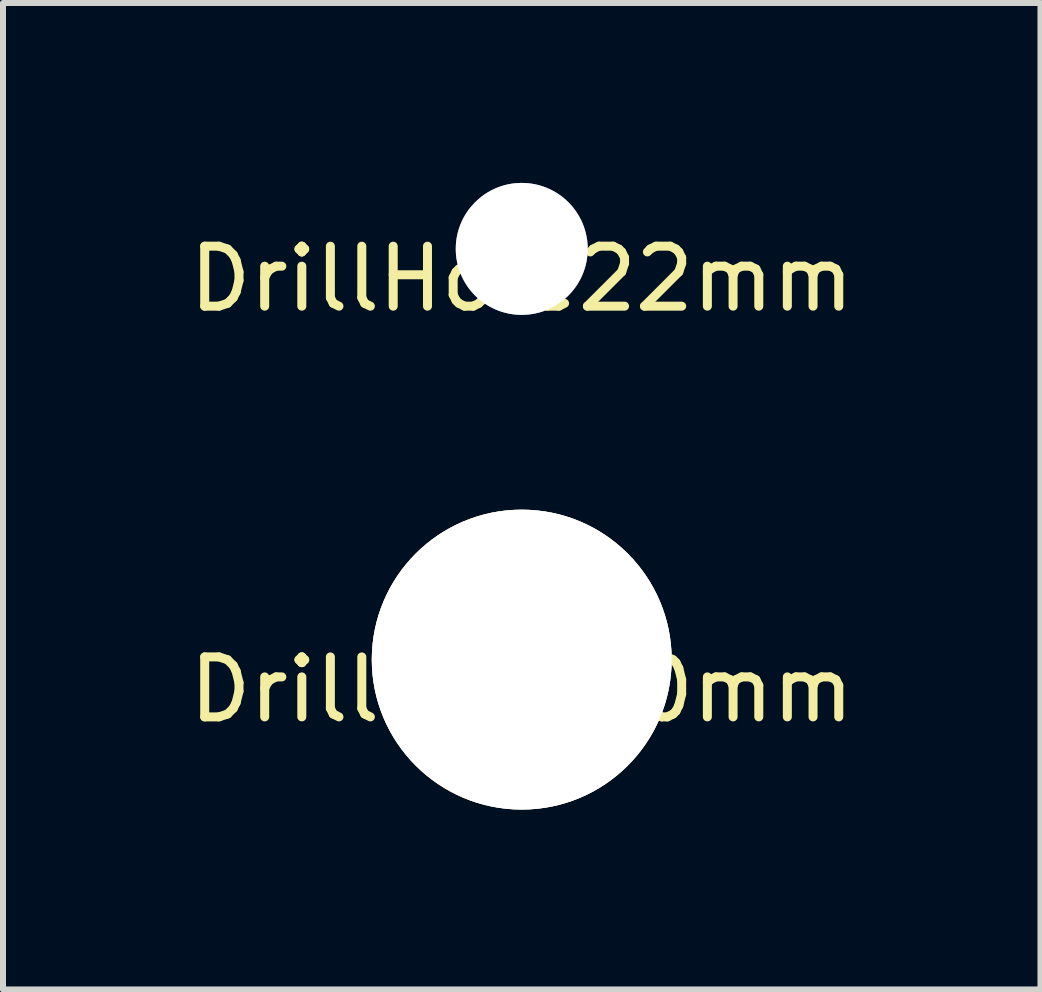
<source format=kicad_pcb>
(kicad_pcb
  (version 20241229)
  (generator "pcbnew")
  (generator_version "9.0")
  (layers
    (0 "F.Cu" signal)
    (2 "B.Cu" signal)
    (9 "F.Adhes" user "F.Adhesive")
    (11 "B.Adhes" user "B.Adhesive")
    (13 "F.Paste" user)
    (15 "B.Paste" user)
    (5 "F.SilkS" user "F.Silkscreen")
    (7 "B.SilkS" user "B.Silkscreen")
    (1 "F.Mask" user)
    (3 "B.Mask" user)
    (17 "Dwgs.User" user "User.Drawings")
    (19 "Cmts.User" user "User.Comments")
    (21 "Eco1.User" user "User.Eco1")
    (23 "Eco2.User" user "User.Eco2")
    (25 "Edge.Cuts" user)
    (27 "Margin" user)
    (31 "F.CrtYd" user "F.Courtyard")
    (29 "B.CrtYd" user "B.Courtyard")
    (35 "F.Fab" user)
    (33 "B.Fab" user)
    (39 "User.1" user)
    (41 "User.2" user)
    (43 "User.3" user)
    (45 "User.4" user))
  (footprint "DrillHole22mm"
    (layer "F.Cu")
    (at 5.649 1.1)
    (property "Reference" "DrillHole22mm" (at 0 0.5 0) (layer "F.SilkS") (effects (font (size 1 1) (thickness 0.15))))
    (attr through_hole)
    (pad "1" thru_hole circle (at 0 0) (size 2.2 2.2) (drill 2.2) (layers "*.Cu" "*.Mask")))
  (footprint "DrillHole50mm"
    (layer "F.Cu")
    (at 5.649 7.948)
    (property "Reference" "DrillHole50mm" (at 0 0.5 0) (layer "F.SilkS") (effects (font (size 1 1) (thickness 0.15))))
    (attr through_hole)
    (pad "1" thru_hole circle (at 0 0) (size 5 5) (drill 5) (layers "*.Cu" "*.Mask" "F.SilkS")))
  (gr_rect
    (start -3 -3)
    (end 14.298 13.448)
    (stroke (width 0.1) (type default))
    (fill no)
    (layer "Edge.Cuts")))
</source>
